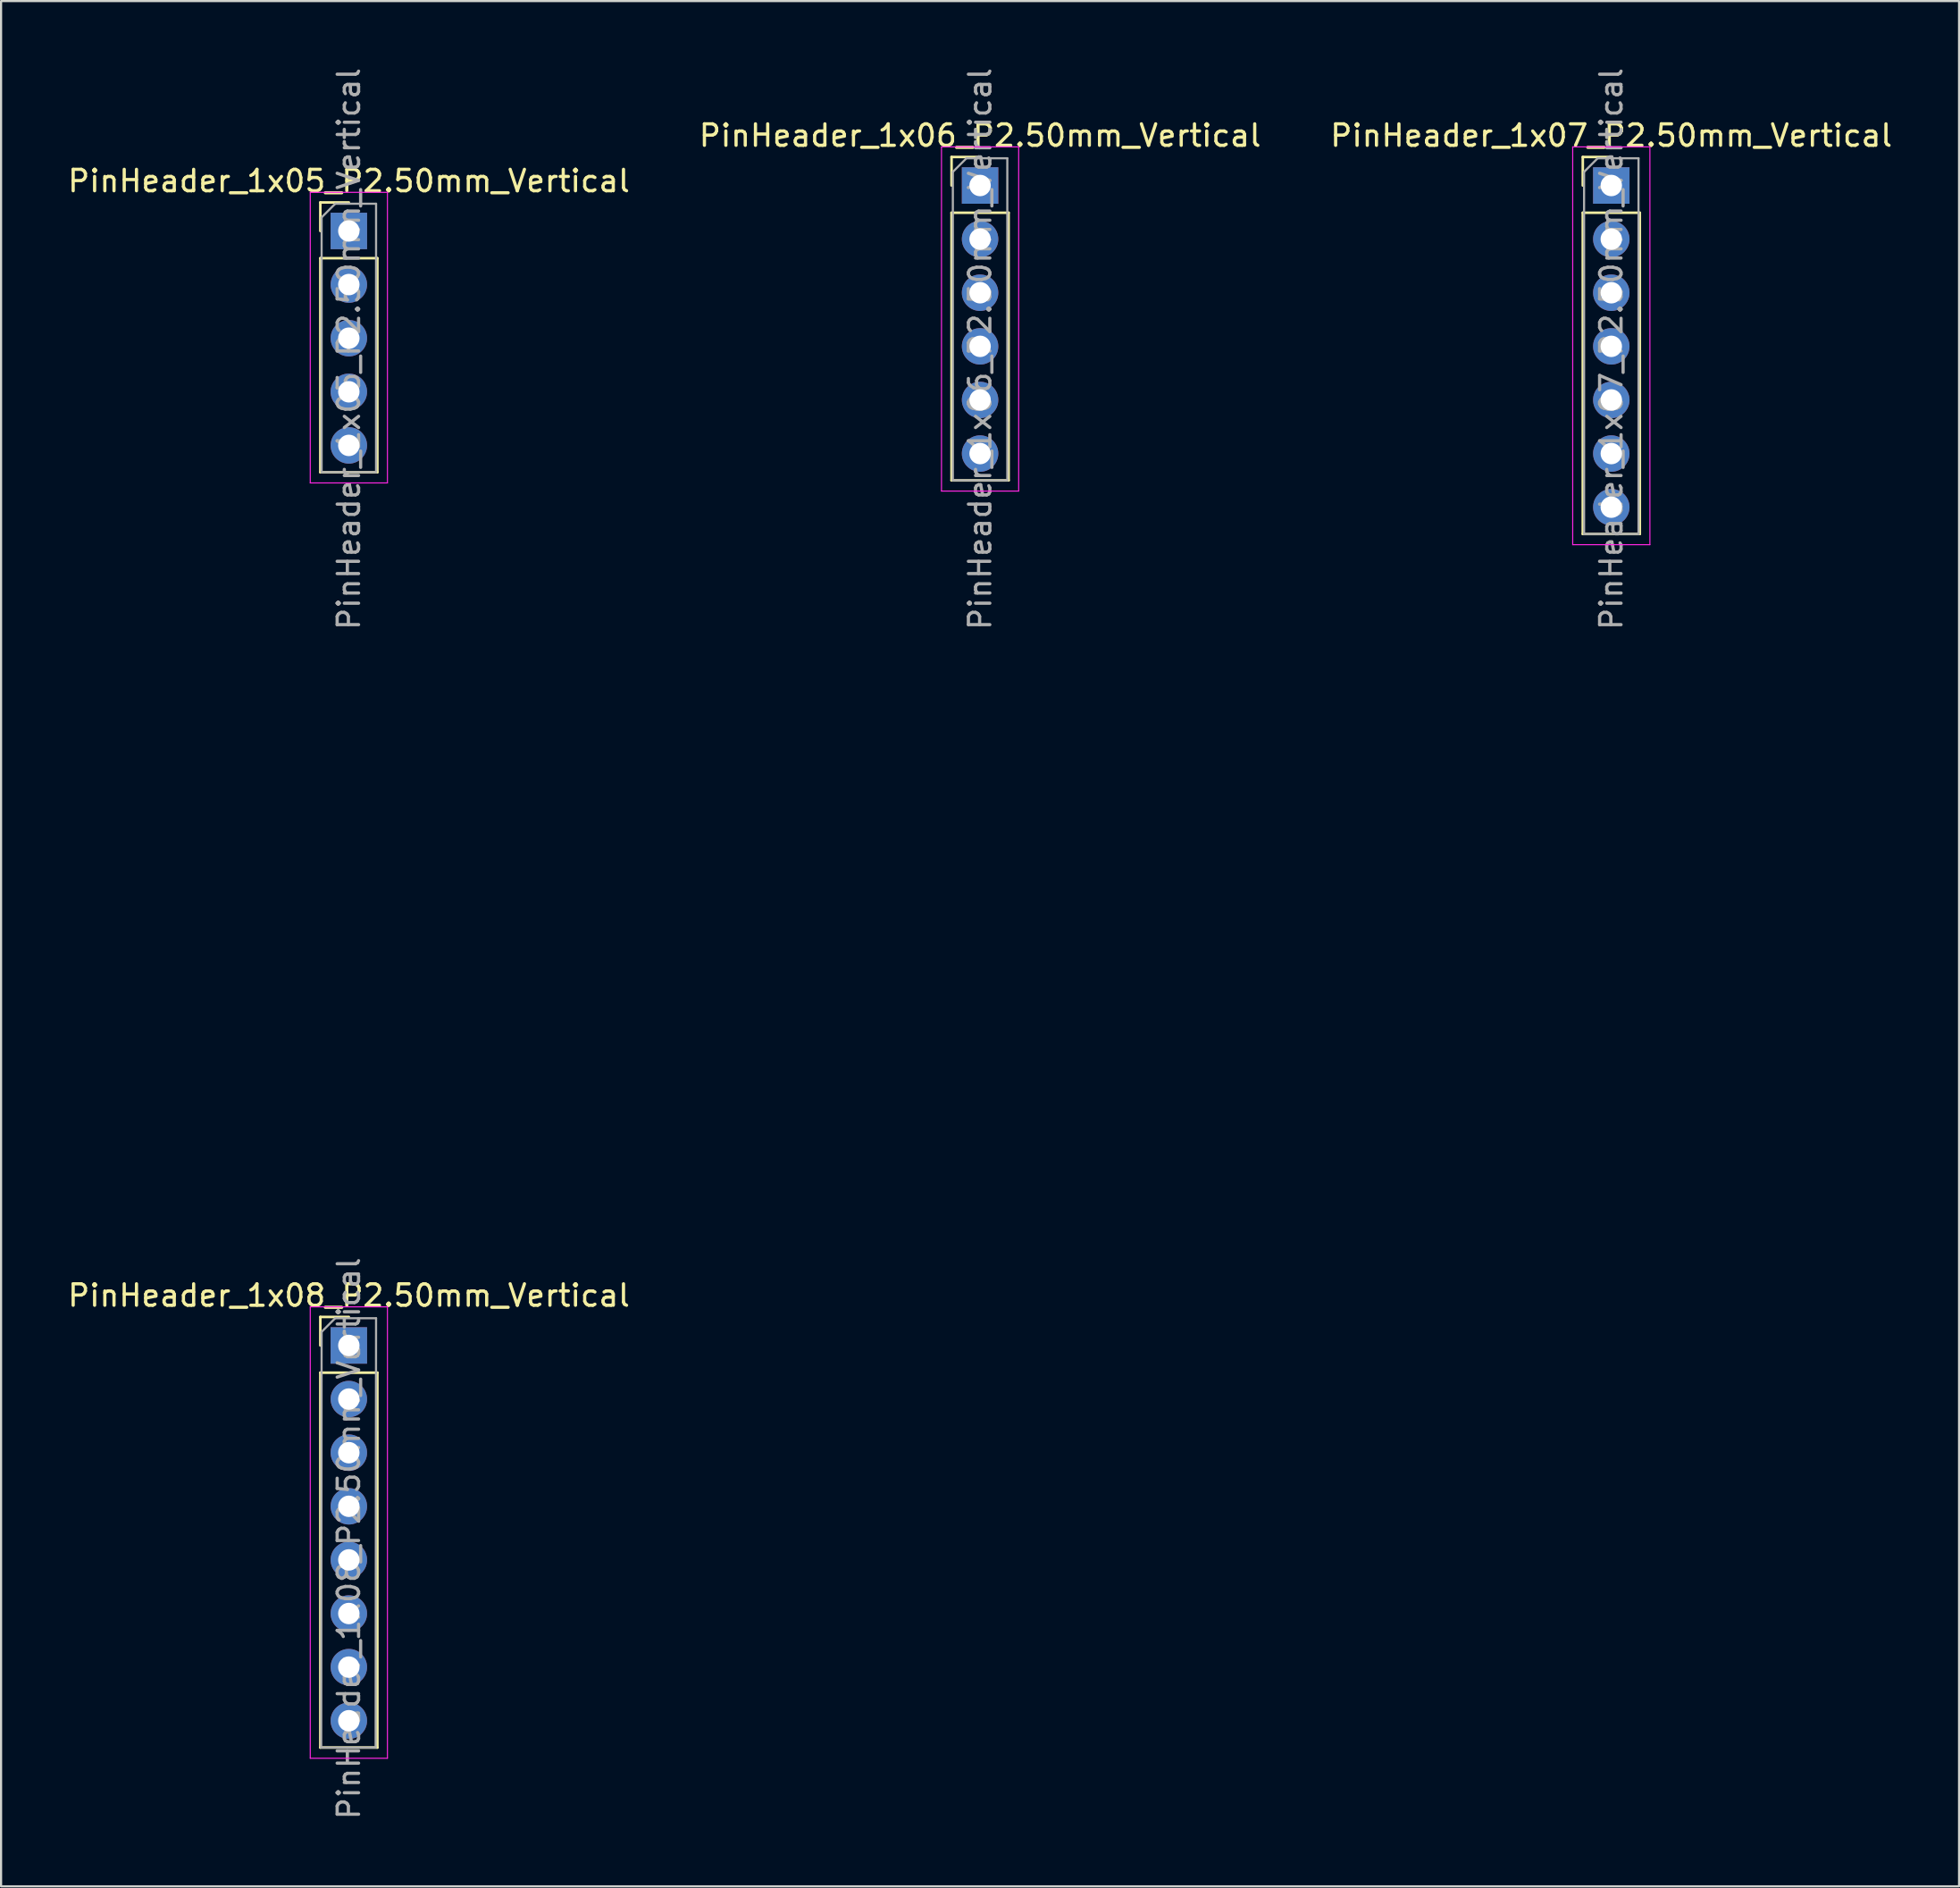
<source format=kicad_pcb>
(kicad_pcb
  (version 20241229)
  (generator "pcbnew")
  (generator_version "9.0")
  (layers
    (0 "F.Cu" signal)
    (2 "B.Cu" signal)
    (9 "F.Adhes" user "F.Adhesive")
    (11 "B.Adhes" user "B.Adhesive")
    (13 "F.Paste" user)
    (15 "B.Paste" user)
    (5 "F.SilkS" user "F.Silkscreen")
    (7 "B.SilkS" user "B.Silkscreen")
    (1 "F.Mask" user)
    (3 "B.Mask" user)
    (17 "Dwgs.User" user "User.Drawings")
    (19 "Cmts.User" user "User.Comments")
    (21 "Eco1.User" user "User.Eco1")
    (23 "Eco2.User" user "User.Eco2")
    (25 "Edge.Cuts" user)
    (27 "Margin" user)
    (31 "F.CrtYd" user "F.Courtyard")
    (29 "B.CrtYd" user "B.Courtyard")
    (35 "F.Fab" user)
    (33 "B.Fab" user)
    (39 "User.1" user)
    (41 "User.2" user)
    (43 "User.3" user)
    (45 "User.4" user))
  (footprint "PinHeader_1x08_P2.50mm_Vertical"
    (layer "F.Cu")
    (at 13.22 29.69)
    (property "Reference" "PinHeader_1x08_P2.50mm_Vertical" (at 0 27.67 0) (layer "F.SilkS") (effects (font (size 1 1) (thickness 0.15))))
    (attr through_hole)
    (fp_line (start -1.33 28.67) (end 0 28.67) (stroke (width 0.12) (type solid)) (layer "F.SilkS"))
    (fp_line (start -1.33 30) (end -1.33 28.67) (stroke (width 0.12) (type solid)) (layer "F.SilkS"))
    (fp_line (start -1.33 31.27) (end -1.33 48.75) (stroke (width 0.12) (type solid)) (layer "F.SilkS"))
    (fp_line (start -1.33 31.27) (end 1.33 31.27) (stroke (width 0.12) (type solid)) (layer "F.SilkS"))
    (fp_line (start -1.33 48.75) (end 1.33 48.75) (stroke (width 0.12) (type solid)) (layer "F.SilkS"))
    (fp_line (start 1.33 31.27) (end 1.33 48.75) (stroke (width 0.12) (type solid)) (layer "F.SilkS"))
    (fp_line (start -1.8 28.2) (end -1.8 49.25) (stroke (width 0.05) (type solid)) (layer "F.CrtYd"))
    (fp_line (start -1.8 49.25) (end 1.8 49.25) (stroke (width 0.05) (type solid)) (layer "F.CrtYd"))
    (fp_line (start 1.8 28.2) (end -1.8 28.2) (stroke (width 0.05) (type solid)) (layer "F.CrtYd"))
    (fp_line (start 1.8 49.25) (end 1.8 28.2) (stroke (width 0.05) (type solid)) (layer "F.CrtYd"))
    (fp_line (start -1.29 48.75) (end -1.27 29.365) (stroke (width 0.1) (type solid)) (layer "F.Fab"))
    (fp_line (start -1.27 29.365) (end -0.635 28.73) (stroke (width 0.1) (type solid)) (layer "F.Fab"))
    (fp_line (start -0.635 28.73) (end 1.27 28.73) (stroke (width 0.1) (type solid)) (layer "F.Fab"))
    (fp_line (start 1.25 48.75) (end -1.29 48.75) (stroke (width 0.1) (type solid)) (layer "F.Fab"))
    (fp_line (start 1.27 28.73) (end 1.25 48.75) (stroke (width 0.1) (type solid)) (layer "F.Fab"))
    (fp_text user "${REFERENCE}" (at 0 39 90) (layer "F.Fab") (effects (font (size 1 1) (thickness 0.15))))
    (pad "1" thru_hole rect (at 0 30) (size 1.7 1.7) (drill 1) (layers "*.Cu" "*.Mask"))
    (pad "2" thru_hole oval (at 0 32.5) (size 1.7 1.7) (drill 1) (layers "*.Cu" "*.Mask"))
    (pad "3" thru_hole oval (at 0 35) (size 1.7 1.7) (drill 1) (layers "*.Cu" "*.Mask"))
    (pad "4" thru_hole oval (at 0 37.5) (size 1.7 1.7) (drill 1) (layers "*.Cu" "*.Mask"))
    (pad "5" thru_hole oval (at 0 40) (size 1.7 1.7) (drill 1) (layers "*.Cu" "*.Mask"))
    (pad "6" thru_hole oval (at 0 42.5) (size 1.7 1.7) (drill 1) (layers "*.Cu" "*.Mask"))
    (pad "7" thru_hole oval (at 0 45) (size 1.7 1.7) (drill 1) (layers "*.Cu" "*.Mask"))
    (pad "8" thru_hole oval (at 0 47.5) (size 1.7 1.7) (drill 1) (layers "*.Cu" "*.Mask")))
  (footprint "PinHeader_1x05_P2.50mm_Vertical"
    (layer "F.Cu")
    (at 13.22 5.22)
    (property "Reference" "PinHeader_1x05_P2.50mm_Vertical" (at 0 0.17 0) (layer "F.SilkS") (effects (font (size 1 1) (thickness 0.15))))
    (attr through_hole)
    (fp_line (start -1.33 1.17) (end 0 1.17) (stroke (width 0.12) (type solid)) (layer "F.SilkS"))
    (fp_line (start -1.33 2.5) (end -1.33 1.17) (stroke (width 0.12) (type solid)) (layer "F.SilkS"))
    (fp_line (start -1.33 3.77) (end -1.33 13.75) (stroke (width 0.12) (type solid)) (layer "F.SilkS"))
    (fp_line (start -1.33 3.77) (end 1.33 3.77) (stroke (width 0.12) (type solid)) (layer "F.SilkS"))
    (fp_line (start -1.33 13.75) (end 1.33 13.75) (stroke (width 0.12) (type solid)) (layer "F.SilkS"))
    (fp_line (start 1.33 3.77) (end 1.33 13.75) (stroke (width 0.12) (type solid)) (layer "F.SilkS"))
    (fp_line (start -1.8 0.7) (end -1.8 14.25) (stroke (width 0.05) (type solid)) (layer "F.CrtYd"))
    (fp_line (start -1.8 14.25) (end 1.8 14.25) (stroke (width 0.05) (type solid)) (layer "F.CrtYd"))
    (fp_line (start 1.8 0.7) (end -1.8 0.7) (stroke (width 0.05) (type solid)) (layer "F.CrtYd"))
    (fp_line (start 1.8 14.25) (end 1.8 0.7) (stroke (width 0.05) (type solid)) (layer "F.CrtYd"))
    (fp_line (start -1.27 1.865) (end -0.635 1.23) (stroke (width 0.1) (type solid)) (layer "F.Fab"))
    (fp_line (start -1.27 13.75) (end -1.27 1.865) (stroke (width 0.1) (type solid)) (layer "F.Fab"))
    (fp_line (start -0.635 1.23) (end 1.27 1.23) (stroke (width 0.1) (type solid)) (layer "F.Fab"))
    (fp_line (start 1.27 1.23) (end 1.27 13.75) (stroke (width 0.1) (type solid)) (layer "F.Fab"))
    (fp_line (start 1.27 13.75) (end -1.27 13.75) (stroke (width 0.1) (type solid)) (layer "F.Fab"))
    (fp_text user "${REFERENCE}" (at 0 8 90) (layer "F.Fab") (effects (font (size 1 1) (thickness 0.15))))
    (pad "1" thru_hole rect (at 0 2.5) (size 1.7 1.7) (drill 1) (layers "*.Cu" "*.Mask"))
    (pad "2" thru_hole oval (at 0 5) (size 1.7 1.7) (drill 1) (layers "*.Cu" "*.Mask"))
    (pad "3" thru_hole oval (at 0 7.5) (size 1.7 1.7) (drill 1) (layers "*.Cu" "*.Mask"))
    (pad "4" thru_hole oval (at 0 10) (size 1.7 1.7) (drill 1) (layers "*.Cu" "*.Mask"))
    (pad "5" thru_hole oval (at 0 12.5) (size 1.7 1.7) (drill 1) (layers "*.Cu" "*.Mask")))
  (footprint "PinHeader_1x07_P2.50mm_Vertical"
    (layer "F.Cu")
    (at 72.101 8.1)
    (property "Reference" "PinHeader_1x07_P2.50mm_Vertical" (at 0 -4.83 0) (layer "F.SilkS") (effects (font (size 1 1) (thickness 0.15))))
    (attr through_hole)
    (fp_line (start -1.33 -3.83) (end 0 -3.83) (stroke (width 0.12) (type solid)) (layer "F.SilkS"))
    (fp_line (start -1.33 -2.5) (end -1.33 -3.83) (stroke (width 0.12) (type solid)) (layer "F.SilkS"))
    (fp_line (start -1.33 -1.23) (end -1.33 13.75) (stroke (width 0.12) (type solid)) (layer "F.SilkS"))
    (fp_line (start -1.33 -1.23) (end 1.33 -1.23) (stroke (width 0.12) (type solid)) (layer "F.SilkS"))
    (fp_line (start -1.33 13.75) (end 1.33 13.75) (stroke (width 0.12) (type solid)) (layer "F.SilkS"))
    (fp_line (start 1.33 -1.23) (end 1.33 13.75) (stroke (width 0.12) (type solid)) (layer "F.SilkS"))
    (fp_line (start -1.8 -4.3) (end -1.8 14.25) (stroke (width 0.05) (type solid)) (layer "F.CrtYd"))
    (fp_line (start -1.8 14.25) (end 1.8 14.25) (stroke (width 0.05) (type solid)) (layer "F.CrtYd"))
    (fp_line (start 1.8 -4.3) (end -1.8 -4.3) (stroke (width 0.05) (type solid)) (layer "F.CrtYd"))
    (fp_line (start 1.8 14.25) (end 1.8 -4.3) (stroke (width 0.05) (type solid)) (layer "F.CrtYd"))
    (fp_line (start -1.27 -3.135) (end -0.635 -3.77) (stroke (width 0.1) (type solid)) (layer "F.Fab"))
    (fp_line (start -1.27 13.75) (end -1.27 -3.135) (stroke (width 0.1) (type solid)) (layer "F.Fab"))
    (fp_line (start -0.635 -3.77) (end 1.27 -3.77) (stroke (width 0.1) (type solid)) (layer "F.Fab"))
    (fp_line (start 1.27 -3.77) (end 1.27 13.75) (stroke (width 0.1) (type solid)) (layer "F.Fab"))
    (fp_line (start 1.27 13.75) (end -1.27 13.75) (stroke (width 0.1) (type solid)) (layer "F.Fab"))
    (fp_text user "${REFERENCE}" (at 0 5.12 90) (layer "F.Fab") (effects (font (size 1 1) (thickness 0.15))))
    (pad "1" thru_hole rect (at 0 -2.5) (size 1.7 1.7) (drill 1) (layers "*.Cu" "*.Mask"))
    (pad "2" thru_hole oval (at 0 0) (size 1.7 1.7) (drill 1) (layers "*.Cu" "*.Mask"))
    (pad "3" thru_hole oval (at 0 2.5) (size 1.7 1.7) (drill 1) (layers "*.Cu" "*.Mask"))
    (pad "4" thru_hole oval (at 0 5) (size 1.7 1.7) (drill 1) (layers "*.Cu" "*.Mask"))
    (pad "5" thru_hole oval (at 0 7.5) (size 1.7 1.7) (drill 1) (layers "*.Cu" "*.Mask"))
    (pad "6" thru_hole oval (at 0 10) (size 1.7 1.7) (drill 1) (layers "*.Cu" "*.Mask"))
    (pad "7" thru_hole oval (at 0 12.5) (size 1.7 1.7) (drill 1) (layers "*.Cu" "*.Mask")))
  (footprint "PinHeader_1x06_P2.50mm_Vertical"
    (layer "F.Cu")
    (at 42.661 5.6)
    (property "Reference" "PinHeader_1x06_P2.50mm_Vertical" (at 0 -2.33 0) (layer "F.SilkS") (effects (font (size 1 1) (thickness 0.15))))
    (attr through_hole)
    (fp_line (start -1.33 -1.33) (end 0 -1.33) (stroke (width 0.12) (type solid)) (layer "F.SilkS"))
    (fp_line (start -1.33 0) (end -1.33 -1.33) (stroke (width 0.12) (type solid)) (layer "F.SilkS"))
    (fp_line (start -1.33 1.27) (end -1.33 13.75) (stroke (width 0.12) (type solid)) (layer "F.SilkS"))
    (fp_line (start -1.33 1.27) (end 1.33 1.27) (stroke (width 0.12) (type solid)) (layer "F.SilkS"))
    (fp_line (start -1.33 13.75) (end 1.33 13.75) (stroke (width 0.12) (type solid)) (layer "F.SilkS"))
    (fp_line (start 1.33 1.27) (end 1.33 13.75) (stroke (width 0.12) (type solid)) (layer "F.SilkS"))
    (fp_line (start -1.8 -1.8) (end -1.8 14.25) (stroke (width 0.05) (type solid)) (layer "F.CrtYd"))
    (fp_line (start -1.8 14.25) (end 1.8 14.25) (stroke (width 0.05) (type solid)) (layer "F.CrtYd"))
    (fp_line (start 1.8 -1.8) (end -1.8 -1.8) (stroke (width 0.05) (type solid)) (layer "F.CrtYd"))
    (fp_line (start 1.8 14.25) (end 1.8 -1.8) (stroke (width 0.05) (type solid)) (layer "F.CrtYd"))
    (fp_line (start -1.27 -0.635) (end -0.635 -1.27) (stroke (width 0.1) (type solid)) (layer "F.Fab"))
    (fp_line (start -1.27 13.75) (end -1.27 -0.635) (stroke (width 0.1) (type solid)) (layer "F.Fab"))
    (fp_line (start -0.635 -1.27) (end 1.27 -1.27) (stroke (width 0.1) (type solid)) (layer "F.Fab"))
    (fp_line (start 1.27 -1.27) (end 1.27 13.75) (stroke (width 0.1) (type solid)) (layer "F.Fab"))
    (fp_line (start 1.27 13.75) (end -1.27 13.75) (stroke (width 0.1) (type solid)) (layer "F.Fab"))
    (fp_text user "${REFERENCE}" (at 0 7.62 90) (layer "F.Fab") (effects (font (size 1 1) (thickness 0.15))))
    (pad "1" thru_hole rect (at 0 0) (size 1.7 1.7) (drill 1) (layers "*.Cu" "*.Mask"))
    (pad "2" thru_hole oval (at 0 2.5) (size 1.7 1.7) (drill 1) (layers "*.Cu" "*.Mask"))
    (pad "3" thru_hole oval (at 0 5) (size 1.7 1.7) (drill 1) (layers "*.Cu" "*.Mask"))
    (pad "4" thru_hole oval (at 0 7.5) (size 1.7 1.7) (drill 1) (layers "*.Cu" "*.Mask"))
    (pad "5" thru_hole oval (at 0 10) (size 1.7 1.7) (drill 1) (layers "*.Cu" "*.Mask"))
    (pad "6" thru_hole oval (at 0 12.5) (size 1.7 1.7) (drill 1) (layers "*.Cu" "*.Mask")))
  (gr_rect
    (start -3 -3)
    (end 88.321 84.911)
    (stroke (width 0.1) (type default))
    (fill no)
    (layer "Edge.Cuts")))
</source>
